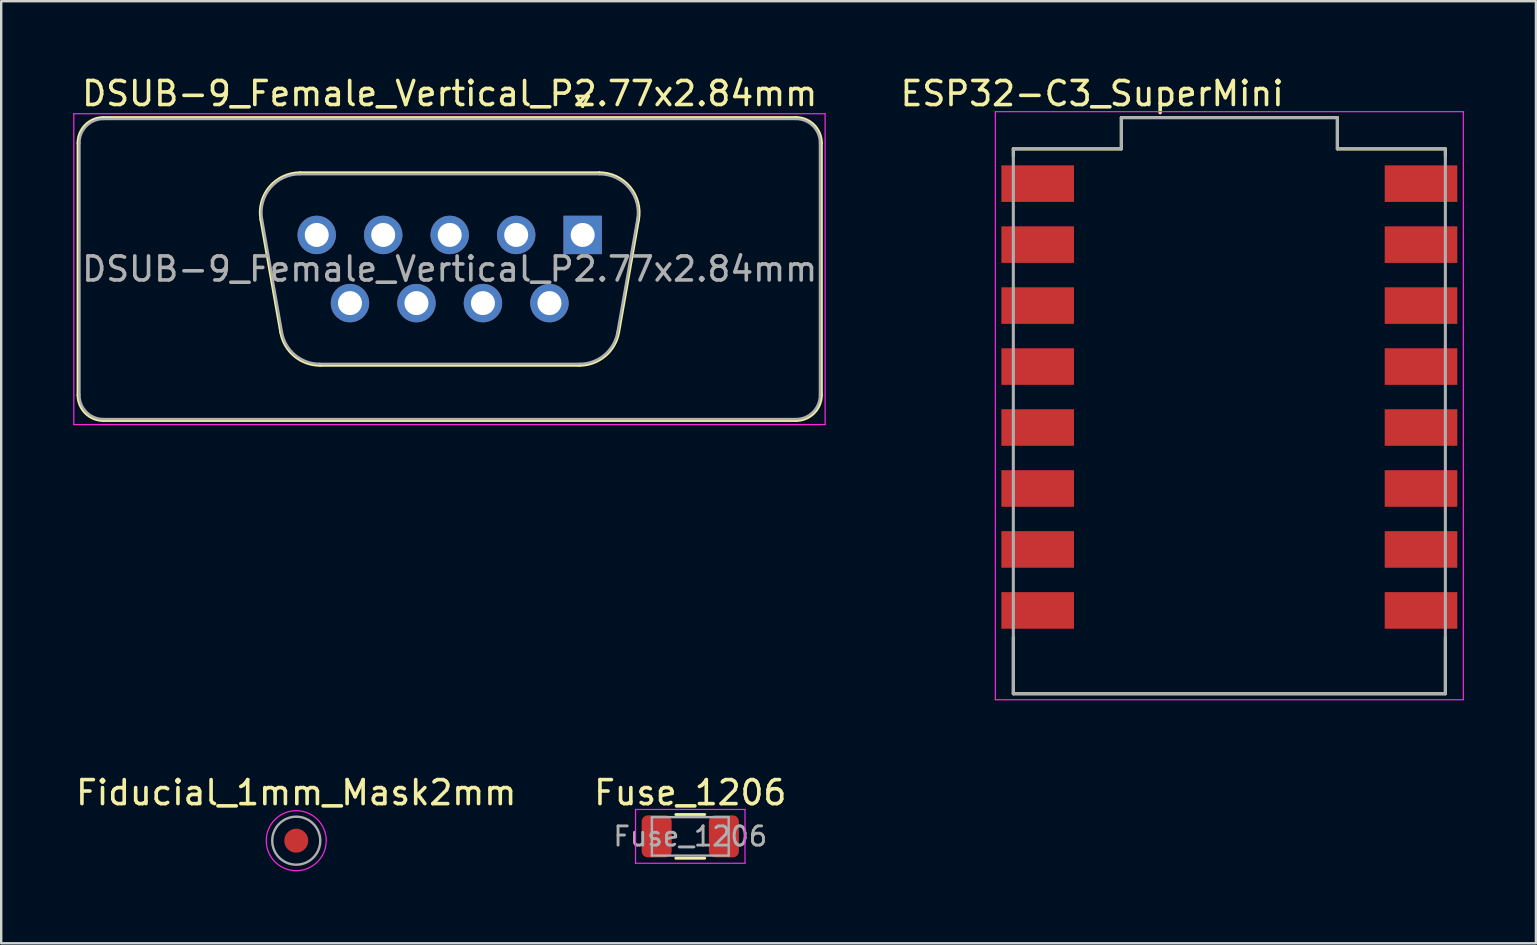
<source format=kicad_pcb>
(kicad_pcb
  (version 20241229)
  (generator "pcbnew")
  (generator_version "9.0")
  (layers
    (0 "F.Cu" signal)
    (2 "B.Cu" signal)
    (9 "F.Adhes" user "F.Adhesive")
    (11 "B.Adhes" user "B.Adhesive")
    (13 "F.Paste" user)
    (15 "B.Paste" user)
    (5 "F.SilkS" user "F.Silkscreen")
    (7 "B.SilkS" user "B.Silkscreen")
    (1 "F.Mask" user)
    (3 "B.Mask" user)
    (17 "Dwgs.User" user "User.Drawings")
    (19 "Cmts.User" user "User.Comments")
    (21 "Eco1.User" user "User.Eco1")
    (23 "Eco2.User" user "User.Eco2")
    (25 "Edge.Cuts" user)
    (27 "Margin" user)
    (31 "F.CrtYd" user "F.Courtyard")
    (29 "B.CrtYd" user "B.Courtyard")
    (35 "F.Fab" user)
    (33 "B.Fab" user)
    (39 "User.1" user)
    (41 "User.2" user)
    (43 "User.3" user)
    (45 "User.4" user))
  (footprint "Fuse_1206"
    (layer "F.Cu")
    (at 25.708 31.794)
    (property "Reference" "Fuse_1206" (at 0 -1.82 0) (layer "F.SilkS") (effects (font (size 1 1) (thickness 0.15))))
    (attr smd)
    (fp_line (start -0.602 -0.91) (end 0.602 -0.91) (stroke (width 0.12) (type solid)) (layer "F.SilkS"))
    (fp_line (start -0.602 0.91) (end 0.602 0.91) (stroke (width 0.12) (type solid)) (layer "F.SilkS"))
    (fp_line (start -2.28 -1.12) (end 2.28 -1.12) (stroke (width 0.05) (type solid)) (layer "F.CrtYd"))
    (fp_line (start -2.28 1.12) (end -2.28 -1.12) (stroke (width 0.05) (type solid)) (layer "F.CrtYd"))
    (fp_line (start 2.28 -1.12) (end 2.28 1.12) (stroke (width 0.05) (type solid)) (layer "F.CrtYd"))
    (fp_line (start 2.28 1.12) (end -2.28 1.12) (stroke (width 0.05) (type solid)) (layer "F.CrtYd"))
    (fp_line (start -1.6 -0.8) (end 1.6 -0.8) (stroke (width 0.1) (type solid)) (layer "F.Fab"))
    (fp_line (start -1.6 0.8) (end -1.6 -0.8) (stroke (width 0.1) (type solid)) (layer "F.Fab"))
    (fp_line (start 1.6 -0.8) (end 1.6 0.8) (stroke (width 0.1) (type solid)) (layer "F.Fab"))
    (fp_line (start 1.6 0.8) (end -1.6 0.8) (stroke (width 0.1) (type solid)) (layer "F.Fab"))
    (fp_text user "${REFERENCE}" (at 0 0 0) (layer "F.Fab") (effects (font (size 0.8 0.8) (thickness 0.12))))
    (pad "1" smd roundrect (at -1.4 0) (size 1.25 1.75) (layers "F.Cu" "F.Mask" "F.Paste") (roundrect_rratio 0.2))
    (pad "2" smd roundrect (at 1.4 0) (size 1.25 1.75) (layers "F.Cu" "F.Mask" "F.Paste") (roundrect_rratio 0.2)))
  (footprint "DSUB-9_Female_Vertical_P2.77x2.84mm"
    (layer "F.Cu")
    (at 21.225 6.738)
    (property "Reference" "DSUB-9_Female_Vertical_P2.77x2.84mm" (at -5.54 -5.89 0) (layer "F.SilkS") (effects (font (size 1 1) (thickness 0.15))))
    (attr through_hole)
    (fp_line (start -21.025 6.67) (end -21.025 -3.83) (stroke (width 0.12) (type solid)) (layer "F.SilkS"))
    (fp_line (start -19.965 -4.89) (end 8.885 -4.89) (stroke (width 0.12) (type solid)) (layer "F.SilkS"))
    (fp_line (start -13.406 -0.642) (end -12.578 4.058) (stroke (width 0.12) (type solid)) (layer "F.SilkS"))
    (fp_line (start -11.772 -2.59) (end 0.692 -2.59) (stroke (width 0.12) (type solid)) (layer "F.SilkS"))
    (fp_line (start -10.943 5.43) (end -0.137 5.43) (stroke (width 0.12) (type solid)) (layer "F.SilkS"))
    (fp_line (start -0.25 -5.784) (end 0.25 -5.784) (stroke (width 0.12) (type solid)) (layer "F.SilkS"))
    (fp_line (start 0 -5.351) (end -0.25 -5.784) (stroke (width 0.12) (type solid)) (layer "F.SilkS"))
    (fp_line (start 0.25 -5.784) (end 0 -5.351) (stroke (width 0.12) (type solid)) (layer "F.SilkS"))
    (fp_line (start 2.326 -0.642) (end 1.498 4.058) (stroke (width 0.12) (type solid)) (layer "F.SilkS"))
    (fp_line (start 8.885 7.73) (end -19.965 7.73) (stroke (width 0.12) (type solid)) (layer "F.SilkS"))
    (fp_line (start 9.945 -3.83) (end 9.945 6.67) (stroke (width 0.12) (type solid)) (layer "F.SilkS"))
    (fp_arc (start -21.025 -3.83) (mid -20.714533 -4.579533) (end -19.965 -4.89) (stroke (width 0.12) (type solid)) (layer "F.SilkS"))
    (fp_arc (start -19.965 7.73) (mid -20.714533 7.419533) (end -21.025 6.67) (stroke (width 0.12) (type solid)) (layer "F.SilkS"))
    (fp_arc (start -13.40647 -0.641744) (mid -13.043323 -1.997028) (end -11.771689 -2.59) (stroke (width 0.12) (type solid)) (layer "F.SilkS"))
    (fp_arc (start -10.942952 5.43) (mid -12.009979 5.041634) (end -12.577733 4.058256) (stroke (width 0.12) (type solid)) (layer "F.SilkS"))
    (fp_arc (start 0.691689 -2.59) (mid 1.963323 -1.997027) (end 2.32647 -0.641744) (stroke (width 0.12) (type solid)) (layer "F.SilkS"))
    (fp_arc (start 1.497733 4.058256) (mid 0.92998 5.041634) (end -0.137048 5.43) (stroke (width 0.12) (type solid)) (layer "F.SilkS"))
    (fp_arc (start 8.885 -4.89) (mid 9.634533 -4.579533) (end 9.945 -3.83) (stroke (width 0.12) (type solid)) (layer "F.SilkS"))
    (fp_arc (start 9.945 6.67) (mid 9.634533 7.419533) (end 8.885 7.73) (stroke (width 0.12) (type solid)) (layer "F.SilkS"))
    (fp_line (start -21.2 -5.05) (end -21.2 7.9) (stroke (width 0.05) (type solid)) (layer "F.CrtYd"))
    (fp_line (start -21.2 7.9) (end 10.1 7.9) (stroke (width 0.05) (type solid)) (layer "F.CrtYd"))
    (fp_line (start 10.1 -5.05) (end -21.2 -5.05) (stroke (width 0.05) (type solid)) (layer "F.CrtYd"))
    (fp_line (start 10.1 7.9) (end 10.1 -5.05) (stroke (width 0.05) (type solid)) (layer "F.CrtYd"))
    (fp_line (start -20.965 6.67) (end -20.965 -3.83) (stroke (width 0.1) (type solid)) (layer "F.Fab"))
    (fp_line (start -19.965 -4.83) (end 8.885 -4.83) (stroke (width 0.1) (type solid)) (layer "F.Fab"))
    (fp_line (start -13.359 -0.652) (end -12.53 4.048) (stroke (width 0.1) (type solid)) (layer "F.Fab"))
    (fp_line (start -11.783 -2.53) (end 0.703 -2.53) (stroke (width 0.1) (type solid)) (layer "F.Fab"))
    (fp_line (start -10.954 5.37) (end -0.126 5.37) (stroke (width 0.1) (type solid)) (layer "F.Fab"))
    (fp_line (start 2.279 -0.652) (end 1.45 4.048) (stroke (width 0.1) (type solid)) (layer "F.Fab"))
    (fp_line (start 8.885 7.67) (end -19.965 7.67) (stroke (width 0.1) (type solid)) (layer "F.Fab"))
    (fp_line (start 9.885 -3.83) (end 9.885 6.67) (stroke (width 0.1) (type solid)) (layer "F.Fab"))
    (fp_arc (start -20.965 -3.83) (mid -20.672107 -4.537107) (end -19.965 -4.83) (stroke (width 0.1) (type solid)) (layer "F.Fab"))
    (fp_arc (start -19.965 7.67) (mid -20.672107 7.377107) (end -20.965 6.67) (stroke (width 0.1) (type solid)) (layer "F.Fab"))
    (fp_arc (start -13.358886 -0.652163) (mid -13.008865 -1.95846) (end -11.783194 -2.53) (stroke (width 0.1) (type solid)) (layer "F.Fab"))
    (fp_arc (start -10.954457 5.37) (mid -11.982917 4.995671) (end -12.530149 4.047837) (stroke (width 0.1) (type solid)) (layer "F.Fab"))
    (fp_arc (start 0.703194 -2.53) (mid 1.928865 -1.95846) (end 2.278886 -0.652163) (stroke (width 0.1) (type solid)) (layer "F.Fab"))
    (fp_arc (start 1.450149 4.047837) (mid 0.902917 4.995671) (end -0.125543 5.37) (stroke (width 0.1) (type solid)) (layer "F.Fab"))
    (fp_arc (start 8.885 -4.83) (mid 9.592107 -4.537107) (end 9.885 -3.83) (stroke (width 0.1) (type solid)) (layer "F.Fab"))
    (fp_arc (start 9.885 6.67) (mid 9.592107 7.377107) (end 8.885 7.67) (stroke (width 0.1) (type solid)) (layer "F.Fab"))
    (fp_text user "${REFERENCE}" (at -5.54 1.42 0) (layer "F.Fab") (effects (font (size 1 1) (thickness 0.15))))
    (pad "1" thru_hole rect (at 0 0) (size 1.6 1.6) (drill 1) (layers "*.Cu" "*.Mask"))
    (pad "2" thru_hole circle (at -2.77 0) (size 1.6 1.6) (drill 1) (layers "*.Cu" "*.Mask"))
    (pad "3" thru_hole circle (at -5.54 0) (size 1.6 1.6) (drill 1) (layers "*.Cu" "*.Mask"))
    (pad "4" thru_hole circle (at -8.31 0) (size 1.6 1.6) (drill 1) (layers "*.Cu" "*.Mask"))
    (pad "5" thru_hole circle (at -11.08 0) (size 1.6 1.6) (drill 1) (layers "*.Cu" "*.Mask"))
    (pad "6" thru_hole circle (at -1.385 2.84) (size 1.6 1.6) (drill 1) (layers "*.Cu" "*.Mask"))
    (pad "7" thru_hole circle (at -4.155 2.84) (size 1.6 1.6) (drill 1) (layers "*.Cu" "*.Mask"))
    (pad "8" thru_hole circle (at -6.925 2.84) (size 1.6 1.6) (drill 1) (layers "*.Cu" "*.Mask"))
    (pad "9" thru_hole circle (at -9.695 2.84) (size 1.6 1.6) (drill 1) (layers "*.Cu" "*.Mask")))
  (footprint "ESP32-C3_SuperMini"
    (layer "F.Cu")
    (at 48.166 14.501)
    (property "Reference" "ESP32-C3_SuperMini" (at -5.715 -13.652 0) (layer "F.SilkS") (effects (font (size 1 1) (thickness 0.15))))
    (attr smd)
    (fp_line (start -9 -11.05) (end -9 -11.35) (stroke (width 0.127) (type solid)) (layer "F.SilkS"))
    (fp_line (start -9 11.35) (end -9 9) (stroke (width 0.127) (type solid)) (layer "F.SilkS"))
    (fp_line (start -4.5 -12.65) (end -4.5 -11.35) (stroke (width 0.127) (type solid)) (layer "F.SilkS"))
    (fp_line (start -4.5 -11.35) (end -9 -11.35) (stroke (width 0.127) (type solid)) (layer "F.SilkS"))
    (fp_line (start 4.5 -12.65) (end -4.5 -12.65) (stroke (width 0.127) (type solid)) (layer "F.SilkS"))
    (fp_line (start 4.5 -12.65) (end 4.5 -11.35) (stroke (width 0.127) (type solid)) (layer "F.SilkS"))
    (fp_line (start 9 -11.35) (end 4.5 -11.35) (stroke (width 0.127) (type solid)) (layer "F.SilkS"))
    (fp_line (start 9 -11.05) (end 9 -11.35) (stroke (width 0.127) (type solid)) (layer "F.SilkS"))
    (fp_line (start 9 11.35) (end -9 11.35) (stroke (width 0.127) (type solid)) (layer "F.SilkS"))
    (fp_line (start 9 11.35) (end 9 9) (stroke (width 0.127) (type solid)) (layer "F.SilkS"))
    (fp_line (start -9.748 -12.9) (end 9.748 -12.9) (stroke (width 0.05) (type solid)) (layer "F.CrtYd"))
    (fp_line (start -9.748 11.6) (end -9.748 -12.9) (stroke (width 0.05) (type solid)) (layer "F.CrtYd"))
    (fp_line (start 9.748 -12.9) (end 9.748 11.6) (stroke (width 0.05) (type solid)) (layer "F.CrtYd"))
    (fp_line (start 9.748 11.6) (end -9.748 11.6) (stroke (width 0.05) (type solid)) (layer "F.CrtYd"))
    (fp_line (start -9 11.35) (end -9 -11.35) (stroke (width 0.127) (type solid)) (layer "F.Fab"))
    (fp_line (start -4.5 -12.65) (end -4.5 -11.35) (stroke (width 0.127) (type solid)) (layer "F.Fab"))
    (fp_line (start -4.5 -11.35) (end -9 -11.35) (stroke (width 0.127) (type solid)) (layer "F.Fab"))
    (fp_line (start 4.5 -12.65) (end -4.5 -12.65) (stroke (width 0.127) (type solid)) (layer "F.Fab"))
    (fp_line (start 4.5 -12.65) (end 4.5 -11.35) (stroke (width 0.127) (type solid)) (layer "F.Fab"))
    (fp_line (start 9 -11.35) (end 4.5 -11.35) (stroke (width 0.127) (type solid)) (layer "F.Fab"))
    (fp_line (start 9 11.35) (end -9 11.35) (stroke (width 0.127) (type solid)) (layer "F.Fab"))
    (fp_line (start 9 11.35) (end 9 -11.35) (stroke (width 0.127) (type solid)) (layer "F.Fab"))
    (pad "0" smd rect (at 7.985 7.88) (size 3.025 1.524) (layers "F.Cu" "F.Mask" "F.Paste"))
    (pad "1" smd rect (at 7.985 5.34) (size 3.025 1.524) (layers "F.Cu" "F.Mask" "F.Paste"))
    (pad "2" smd rect (at 7.985 2.8) (size 3.025 1.524) (layers "F.Cu" "F.Mask" "F.Paste"))
    (pad "3" smd rect (at 7.985 0.26) (size 3.025 1.524) (layers "F.Cu" "F.Mask" "F.Paste"))
    (pad "3.3" smd rect (at 7.985 -4.82) (size 3.025 1.524) (layers "F.Cu" "F.Mask" "F.Paste"))
    (pad "4" smd rect (at 7.985 -2.28) (size 3.025 1.524) (layers "F.Cu" "F.Mask" "F.Paste"))
    (pad "5" smd rect (at -7.985 -9.9) (size 3.025 1.524) (layers "F.Cu" "F.Mask" "F.Paste"))
    (pad "5V" smd rect (at 7.985 -9.9) (size 3.025 1.524) (layers "F.Cu" "F.Mask" "F.Paste"))
    (pad "6" smd rect (at -7.985 -7.36) (size 3.025 1.524) (layers "F.Cu" "F.Mask" "F.Paste"))
    (pad "7" smd rect (at -7.985 -4.82) (size 3.025 1.524) (layers "F.Cu" "F.Mask" "F.Paste"))
    (pad "8" smd rect (at -7.985 -2.28) (size 3.025 1.524) (layers "F.Cu" "F.Mask" "F.Paste"))
    (pad "9" smd rect (at -7.985 0.26) (size 3.025 1.524) (layers "F.Cu" "F.Mask" "F.Paste"))
    (pad "10" smd rect (at -7.985 2.8) (size 3.025 1.524) (layers "F.Cu" "F.Mask" "F.Paste"))
    (pad "20" smd rect (at -7.985 5.34) (size 3.025 1.524) (layers "F.Cu" "F.Mask" "F.Paste"))
    (pad "21" smd rect (at -7.985 7.88) (size 3.025 1.524) (layers "F.Cu" "F.Mask" "F.Paste"))
    (pad "G" smd rect (at 7.985 -7.36) (size 3.025 1.524) (layers "F.Cu" "F.Mask" "F.Paste")))
  (footprint "Fiducial_1mm_Mask2mm"
    (layer "F.Cu")
    (at 9.292 31.974)
    (property "Reference" "Fiducial_1mm_Mask2mm" (at 0 -2 0) (layer "F.SilkS") (effects (font (size 1 1) (thickness 0.15))))
    (attr smd)
    (fp_circle (center 0 0) (end 1.25 0) (stroke (width 0.05) (type solid)) (fill no) (layer "F.CrtYd"))
    (fp_circle (center 0 0) (end 1 0) (stroke (width 0.1) (type solid)) (fill no) (layer "F.Fab"))
    (pad "" smd circle (at 0 0) (size 1 1) (layers "F.Cu" "F.Mask")))
  (gr_rect
    (start -3 -3)
    (end 60.939 36.249)
    (stroke (width 0.1) (type default))
    (fill no)
    (layer "Edge.Cuts")))
</source>
